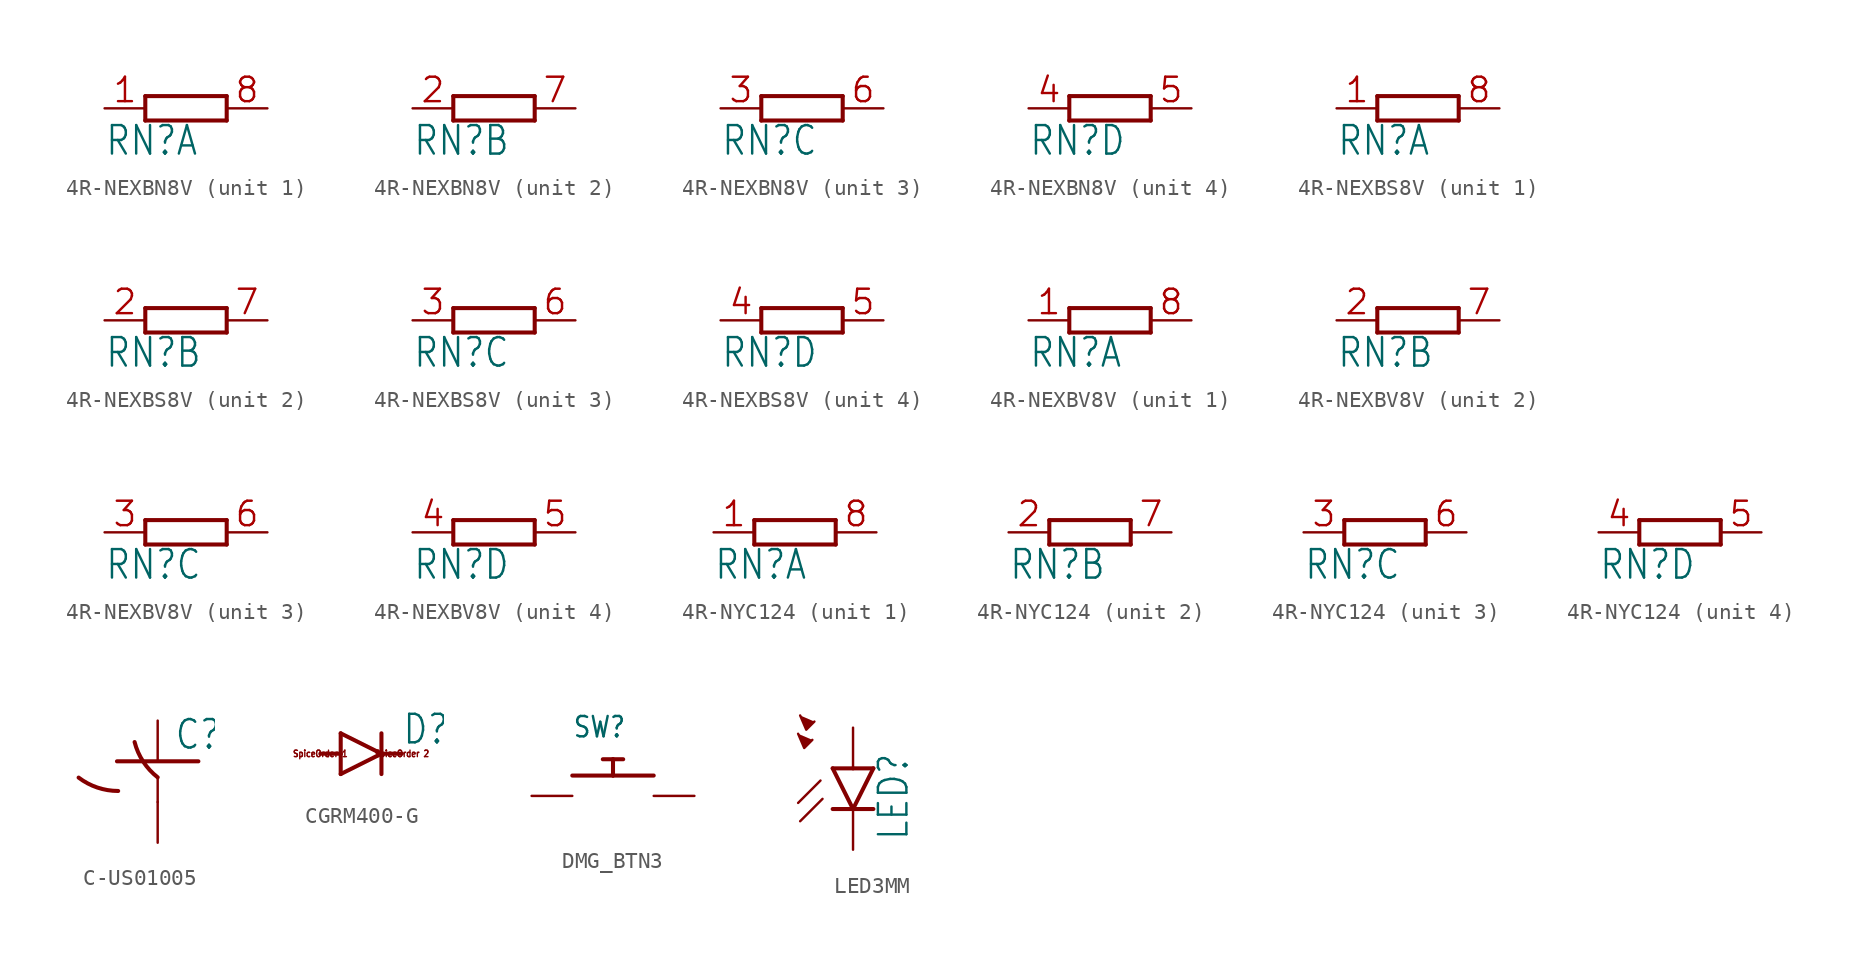
<source format=kicad_sym>
(kicad_symbol_lib
  (version 20241209)
  (generator "kicad_symbol_editor")
  (generator_version "9.0")
  (symbol "4R-NEXBN8V"
    (property "Reference" "RN"
      (at -5.08 -3.048 0)
      (effects (font (size 1.778 1.511)) (justify left bottom)))
    (property "Value" ""
      (at 2.54 -3.048 0)
      (effects (font (size 1.778 1.511)) (justify left bottom)))
    (property "ki_locked" ""
      (at 0 0 0)
      (effects (font (size 1.27 1.27))))
    (symbol "4R-NEXBN8V_1_0"
      (polyline (pts (xy -2.54 0.762) (xy -2.54 -0.762)) (stroke (width 0.254) (type solid)) (fill (type none)))
      (polyline (pts (xy -2.54 -0.762) (xy 2.54 -0.762)) (stroke (width 0.254) (type solid)) (fill (type none)))
      (polyline (pts (xy 2.54 0.762) (xy -2.54 0.762)) (stroke (width 0.254) (type solid)) (fill (type none)))
      (polyline (pts (xy 2.54 -0.762) (xy 2.54 0.762)) (stroke (width 0.254) (type solid)) (fill (type none)))
      (pin passive line (at -5.08 0 0) (length 2.54) (name "1" (effects (font (size 0 0)))) (number "1" (effects (font (size 1.524 1.524)))))
      (pin passive line (at 5.08 0 180) (length 2.54) (name "2" (effects (font (size 0 0)))) (number "8" (effects (font (size 1.524 1.524))))))
    (symbol "4R-NEXBN8V_2_0"
      (polyline (pts (xy -2.54 0.762) (xy -2.54 -0.762)) (stroke (width 0.254) (type solid)) (fill (type none)))
      (polyline (pts (xy -2.54 -0.762) (xy 2.54 -0.762)) (stroke (width 0.254) (type solid)) (fill (type none)))
      (polyline (pts (xy 2.54 0.762) (xy -2.54 0.762)) (stroke (width 0.254) (type solid)) (fill (type none)))
      (polyline (pts (xy 2.54 -0.762) (xy 2.54 0.762)) (stroke (width 0.254) (type solid)) (fill (type none)))
      (pin passive line (at -5.08 0 0) (length 2.54) (name "1" (effects (font (size 0 0)))) (number "2" (effects (font (size 1.524 1.524)))))
      (pin passive line (at 5.08 0 180) (length 2.54) (name "2" (effects (font (size 0 0)))) (number "7" (effects (font (size 1.524 1.524))))))
    (symbol "4R-NEXBN8V_3_0"
      (polyline (pts (xy -2.54 0.762) (xy -2.54 -0.762)) (stroke (width 0.254) (type solid)) (fill (type none)))
      (polyline (pts (xy -2.54 -0.762) (xy 2.54 -0.762)) (stroke (width 0.254) (type solid)) (fill (type none)))
      (polyline (pts (xy 2.54 0.762) (xy -2.54 0.762)) (stroke (width 0.254) (type solid)) (fill (type none)))
      (polyline (pts (xy 2.54 -0.762) (xy 2.54 0.762)) (stroke (width 0.254) (type solid)) (fill (type none)))
      (pin passive line (at -5.08 0 0) (length 2.54) (name "1" (effects (font (size 0 0)))) (number "3" (effects (font (size 1.524 1.524)))))
      (pin passive line (at 5.08 0 180) (length 2.54) (name "2" (effects (font (size 0 0)))) (number "6" (effects (font (size 1.524 1.524))))))
    (symbol "4R-NEXBN8V_4_0"
      (polyline (pts (xy -2.54 0.762) (xy -2.54 -0.762)) (stroke (width 0.254) (type solid)) (fill (type none)))
      (polyline (pts (xy -2.54 -0.762) (xy 2.54 -0.762)) (stroke (width 0.254) (type solid)) (fill (type none)))
      (polyline (pts (xy 2.54 0.762) (xy -2.54 0.762)) (stroke (width 0.254) (type solid)) (fill (type none)))
      (polyline (pts (xy 2.54 -0.762) (xy 2.54 0.762)) (stroke (width 0.254) (type solid)) (fill (type none)))
      (pin passive line (at -5.08 0 0) (length 2.54) (name "1" (effects (font (size 0 0)))) (number "4" (effects (font (size 1.524 1.524)))))
      (pin passive line (at 5.08 0 180) (length 2.54) (name "2" (effects (font (size 0 0)))) (number "5" (effects (font (size 1.524 1.524)))))))
  (symbol "4R-NEXBS8V"
    (property "Reference" "RN"
      (at -5.08 -3.048 0)
      (effects (font (size 1.778 1.511)) (justify left bottom)))
    (property "Value" ""
      (at 2.54 -3.048 0)
      (effects (font (size 1.778 1.511)) (justify left bottom)))
    (property "ki_locked" ""
      (at 0 0 0)
      (effects (font (size 1.27 1.27))))
    (symbol "4R-NEXBS8V_1_0"
      (polyline (pts (xy -2.54 0.762) (xy -2.54 -0.762)) (stroke (width 0.254) (type solid)) (fill (type none)))
      (polyline (pts (xy -2.54 -0.762) (xy 2.54 -0.762)) (stroke (width 0.254) (type solid)) (fill (type none)))
      (polyline (pts (xy 2.54 0.762) (xy -2.54 0.762)) (stroke (width 0.254) (type solid)) (fill (type none)))
      (polyline (pts (xy 2.54 -0.762) (xy 2.54 0.762)) (stroke (width 0.254) (type solid)) (fill (type none)))
      (pin passive line (at -5.08 0 0) (length 2.54) (name "1" (effects (font (size 0 0)))) (number "1" (effects (font (size 1.524 1.524)))))
      (pin passive line (at 5.08 0 180) (length 2.54) (name "2" (effects (font (size 0 0)))) (number "8" (effects (font (size 1.524 1.524))))))
    (symbol "4R-NEXBS8V_2_0"
      (polyline (pts (xy -2.54 0.762) (xy -2.54 -0.762)) (stroke (width 0.254) (type solid)) (fill (type none)))
      (polyline (pts (xy -2.54 -0.762) (xy 2.54 -0.762)) (stroke (width 0.254) (type solid)) (fill (type none)))
      (polyline (pts (xy 2.54 0.762) (xy -2.54 0.762)) (stroke (width 0.254) (type solid)) (fill (type none)))
      (polyline (pts (xy 2.54 -0.762) (xy 2.54 0.762)) (stroke (width 0.254) (type solid)) (fill (type none)))
      (pin passive line (at -5.08 0 0) (length 2.54) (name "1" (effects (font (size 0 0)))) (number "2" (effects (font (size 1.524 1.524)))))
      (pin passive line (at 5.08 0 180) (length 2.54) (name "2" (effects (font (size 0 0)))) (number "7" (effects (font (size 1.524 1.524))))))
    (symbol "4R-NEXBS8V_3_0"
      (polyline (pts (xy -2.54 0.762) (xy -2.54 -0.762)) (stroke (width 0.254) (type solid)) (fill (type none)))
      (polyline (pts (xy -2.54 -0.762) (xy 2.54 -0.762)) (stroke (width 0.254) (type solid)) (fill (type none)))
      (polyline (pts (xy 2.54 0.762) (xy -2.54 0.762)) (stroke (width 0.254) (type solid)) (fill (type none)))
      (polyline (pts (xy 2.54 -0.762) (xy 2.54 0.762)) (stroke (width 0.254) (type solid)) (fill (type none)))
      (pin passive line (at -5.08 0 0) (length 2.54) (name "1" (effects (font (size 0 0)))) (number "3" (effects (font (size 1.524 1.524)))))
      (pin passive line (at 5.08 0 180) (length 2.54) (name "2" (effects (font (size 0 0)))) (number "6" (effects (font (size 1.524 1.524))))))
    (symbol "4R-NEXBS8V_4_0"
      (polyline (pts (xy -2.54 0.762) (xy -2.54 -0.762)) (stroke (width 0.254) (type solid)) (fill (type none)))
      (polyline (pts (xy -2.54 -0.762) (xy 2.54 -0.762)) (stroke (width 0.254) (type solid)) (fill (type none)))
      (polyline (pts (xy 2.54 0.762) (xy -2.54 0.762)) (stroke (width 0.254) (type solid)) (fill (type none)))
      (polyline (pts (xy 2.54 -0.762) (xy 2.54 0.762)) (stroke (width 0.254) (type solid)) (fill (type none)))
      (pin passive line (at -5.08 0 0) (length 2.54) (name "1" (effects (font (size 0 0)))) (number "4" (effects (font (size 1.524 1.524)))))
      (pin passive line (at 5.08 0 180) (length 2.54) (name "2" (effects (font (size 0 0)))) (number "5" (effects (font (size 1.524 1.524)))))))
  (symbol "4R-NEXBV8V"
    (property "Reference" "RN"
      (at -5.08 -3.048 0)
      (effects (font (size 1.778 1.511)) (justify left bottom)))
    (property "Value" ""
      (at 2.54 -3.048 0)
      (effects (font (size 1.778 1.511)) (justify left bottom)))
    (property "ki_locked" ""
      (at 0 0 0)
      (effects (font (size 1.27 1.27))))
    (symbol "4R-NEXBV8V_1_0"
      (polyline (pts (xy -2.54 0.762) (xy -2.54 -0.762)) (stroke (width 0.254) (type solid)) (fill (type none)))
      (polyline (pts (xy -2.54 -0.762) (xy 2.54 -0.762)) (stroke (width 0.254) (type solid)) (fill (type none)))
      (polyline (pts (xy 2.54 0.762) (xy -2.54 0.762)) (stroke (width 0.254) (type solid)) (fill (type none)))
      (polyline (pts (xy 2.54 -0.762) (xy 2.54 0.762)) (stroke (width 0.254) (type solid)) (fill (type none)))
      (pin passive line (at -5.08 0 0) (length 2.54) (name "1" (effects (font (size 0 0)))) (number "1" (effects (font (size 1.524 1.524)))))
      (pin passive line (at 5.08 0 180) (length 2.54) (name "2" (effects (font (size 0 0)))) (number "8" (effects (font (size 1.524 1.524))))))
    (symbol "4R-NEXBV8V_2_0"
      (polyline (pts (xy -2.54 0.762) (xy -2.54 -0.762)) (stroke (width 0.254) (type solid)) (fill (type none)))
      (polyline (pts (xy -2.54 -0.762) (xy 2.54 -0.762)) (stroke (width 0.254) (type solid)) (fill (type none)))
      (polyline (pts (xy 2.54 0.762) (xy -2.54 0.762)) (stroke (width 0.254) (type solid)) (fill (type none)))
      (polyline (pts (xy 2.54 -0.762) (xy 2.54 0.762)) (stroke (width 0.254) (type solid)) (fill (type none)))
      (pin passive line (at -5.08 0 0) (length 2.54) (name "1" (effects (font (size 0 0)))) (number "2" (effects (font (size 1.524 1.524)))))
      (pin passive line (at 5.08 0 180) (length 2.54) (name "2" (effects (font (size 0 0)))) (number "7" (effects (font (size 1.524 1.524))))))
    (symbol "4R-NEXBV8V_3_0"
      (polyline (pts (xy -2.54 0.762) (xy -2.54 -0.762)) (stroke (width 0.254) (type solid)) (fill (type none)))
      (polyline (pts (xy -2.54 -0.762) (xy 2.54 -0.762)) (stroke (width 0.254) (type solid)) (fill (type none)))
      (polyline (pts (xy 2.54 0.762) (xy -2.54 0.762)) (stroke (width 0.254) (type solid)) (fill (type none)))
      (polyline (pts (xy 2.54 -0.762) (xy 2.54 0.762)) (stroke (width 0.254) (type solid)) (fill (type none)))
      (pin passive line (at -5.08 0 0) (length 2.54) (name "1" (effects (font (size 0 0)))) (number "3" (effects (font (size 1.524 1.524)))))
      (pin passive line (at 5.08 0 180) (length 2.54) (name "2" (effects (font (size 0 0)))) (number "6" (effects (font (size 1.524 1.524))))))
    (symbol "4R-NEXBV8V_4_0"
      (polyline (pts (xy -2.54 0.762) (xy -2.54 -0.762)) (stroke (width 0.254) (type solid)) (fill (type none)))
      (polyline (pts (xy -2.54 -0.762) (xy 2.54 -0.762)) (stroke (width 0.254) (type solid)) (fill (type none)))
      (polyline (pts (xy 2.54 0.762) (xy -2.54 0.762)) (stroke (width 0.254) (type solid)) (fill (type none)))
      (polyline (pts (xy 2.54 -0.762) (xy 2.54 0.762)) (stroke (width 0.254) (type solid)) (fill (type none)))
      (pin passive line (at -5.08 0 0) (length 2.54) (name "1" (effects (font (size 0 0)))) (number "4" (effects (font (size 1.524 1.524)))))
      (pin passive line (at 5.08 0 180) (length 2.54) (name "2" (effects (font (size 0 0)))) (number "5" (effects (font (size 1.524 1.524)))))))
  (symbol "4R-NYC124"
    (property "Reference" "RN"
      (at -5.08 -3.048 0)
      (effects (font (size 1.778 1.511)) (justify left bottom)))
    (property "Value" ""
      (at 2.54 -3.048 0)
      (effects (font (size 1.778 1.511)) (justify left bottom)))
    (property "ki_locked" ""
      (at 0 0 0)
      (effects (font (size 1.27 1.27))))
    (symbol "4R-NYC124_1_0"
      (polyline (pts (xy -2.54 0.762) (xy -2.54 -0.762)) (stroke (width 0.254) (type solid)) (fill (type none)))
      (polyline (pts (xy -2.54 -0.762) (xy 2.54 -0.762)) (stroke (width 0.254) (type solid)) (fill (type none)))
      (polyline (pts (xy 2.54 0.762) (xy -2.54 0.762)) (stroke (width 0.254) (type solid)) (fill (type none)))
      (polyline (pts (xy 2.54 -0.762) (xy 2.54 0.762)) (stroke (width 0.254) (type solid)) (fill (type none)))
      (pin passive line (at -5.08 0 0) (length 2.54) (name "1" (effects (font (size 0 0)))) (number "1" (effects (font (size 1.524 1.524)))))
      (pin passive line (at 5.08 0 180) (length 2.54) (name "2" (effects (font (size 0 0)))) (number "8" (effects (font (size 1.524 1.524))))))
    (symbol "4R-NYC124_2_0"
      (polyline (pts (xy -2.54 0.762) (xy -2.54 -0.762)) (stroke (width 0.254) (type solid)) (fill (type none)))
      (polyline (pts (xy -2.54 -0.762) (xy 2.54 -0.762)) (stroke (width 0.254) (type solid)) (fill (type none)))
      (polyline (pts (xy 2.54 0.762) (xy -2.54 0.762)) (stroke (width 0.254) (type solid)) (fill (type none)))
      (polyline (pts (xy 2.54 -0.762) (xy 2.54 0.762)) (stroke (width 0.254) (type solid)) (fill (type none)))
      (pin passive line (at -5.08 0 0) (length 2.54) (name "1" (effects (font (size 0 0)))) (number "2" (effects (font (size 1.524 1.524)))))
      (pin passive line (at 5.08 0 180) (length 2.54) (name "2" (effects (font (size 0 0)))) (number "7" (effects (font (size 1.524 1.524))))))
    (symbol "4R-NYC124_3_0"
      (polyline (pts (xy -2.54 0.762) (xy -2.54 -0.762)) (stroke (width 0.254) (type solid)) (fill (type none)))
      (polyline (pts (xy -2.54 -0.762) (xy 2.54 -0.762)) (stroke (width 0.254) (type solid)) (fill (type none)))
      (polyline (pts (xy 2.54 0.762) (xy -2.54 0.762)) (stroke (width 0.254) (type solid)) (fill (type none)))
      (polyline (pts (xy 2.54 -0.762) (xy 2.54 0.762)) (stroke (width 0.254) (type solid)) (fill (type none)))
      (pin passive line (at -5.08 0 0) (length 2.54) (name "1" (effects (font (size 0 0)))) (number "3" (effects (font (size 1.524 1.524)))))
      (pin passive line (at 5.08 0 180) (length 2.54) (name "2" (effects (font (size 0 0)))) (number "6" (effects (font (size 1.524 1.524))))))
    (symbol "4R-NYC124_4_0"
      (polyline (pts (xy -2.54 0.762) (xy -2.54 -0.762)) (stroke (width 0.254) (type solid)) (fill (type none)))
      (polyline (pts (xy -2.54 -0.762) (xy 2.54 -0.762)) (stroke (width 0.254) (type solid)) (fill (type none)))
      (polyline (pts (xy 2.54 0.762) (xy -2.54 0.762)) (stroke (width 0.254) (type solid)) (fill (type none)))
      (polyline (pts (xy 2.54 -0.762) (xy 2.54 0.762)) (stroke (width 0.254) (type solid)) (fill (type none)))
      (pin passive line (at -5.08 0 0) (length 2.54) (name "1" (effects (font (size 0 0)))) (number "4" (effects (font (size 1.524 1.524)))))
      (pin passive line (at 5.08 0 180) (length 2.54) (name "2" (effects (font (size 0 0)))) (number "5" (effects (font (size 1.524 1.524)))))))
  (symbol "C-US01005"
    (property "Reference" "C"
      (at 1.016 0.635 0)
      (effects (font (size 1.778 1.511)) (justify left bottom)))
    (property "Value" ""
      (at 1.016 -4.191 0)
      (effects (font (size 1.778 1.511)) (justify left bottom)))
    (property "ki_locked" ""
      (at 0 0 0)
      (effects (font (size 1.27 1.27))))
    (symbol "C-US01005_1_0"
      (polyline (pts (xy -2.54 0) (xy 2.54 0)) (stroke (width 0.254) (type solid)) (fill (type none)))
      (arc (start -2.4668 -1.8504) (mid -3.7688 -1.6361) (end -4.9335 -1.016) (stroke (width 0.254) (type solid)) (fill (type none)))
      (polyline (pts (xy 0 -1.016) (xy 0 -2.54)) (stroke (width 0.152) (type solid)) (fill (type none)))
      (arc (start 0 -1) (mid -0.9038 -0.0189) (end -1.4403 1.2025) (stroke (width 0.254) (type solid)) (fill (type none)))
      (pin passive line (at 0 2.54 270) (length 2.54) (name "1" (effects (font (size 0 0)))) (number "1" (effects (font (size 0 0)))))
      (pin passive line (at 0 -5.08 90) (length 2.54) (name "2" (effects (font (size 0 0)))) (number "2" (effects (font (size 0 0)))))))
  (symbol "CGRM400-G"
    (property "Reference" "D"
      (at 2.54 0.483 0)
      (effects (font (size 1.778 1.511)) (justify left bottom)))
    (property "Value" ""
      (at 2.54 -2.311 0)
      (effects (font (size 1.778 1.511)) (justify left bottom)))
    (property "ki_locked" ""
      (at 0 0 0)
      (effects (font (size 1.27 1.27))))
    (symbol "CGRM400-G_1_0"
      (polyline (pts (xy -1.27 1.27) (xy -1.27 0)) (stroke (width 0.254) (type solid)) (fill (type none)))
      (polyline (pts (xy -1.27 0) (xy -2.54 0)) (stroke (width 0.254) (type solid)) (fill (type none)))
      (polyline (pts (xy -1.27 0) (xy -1.27 -1.27)) (stroke (width 0.254) (type solid)) (fill (type none)))
      (polyline (pts (xy -1.27 -1.27) (xy 1.27 0)) (stroke (width 0.254) (type solid)) (fill (type none)))
      (polyline (pts (xy 1.27 1.27) (xy 1.27 0)) (stroke (width 0.254) (type solid)) (fill (type none)))
      (polyline (pts (xy 1.27 0) (xy -1.27 1.27)) (stroke (width 0.254) (type solid)) (fill (type none)))
      (polyline (pts (xy 1.27 0) (xy 1.27 -1.27)) (stroke (width 0.254) (type solid)) (fill (type none)))
      (polyline (pts (xy 2.54 0) (xy 1.27 0)) (stroke (width 0.254) (type solid)) (fill (type none)))
      (text "SpiceOrder 1" (at -2.54 0 0) (effects (font (size 0.406 0.345))))
      (text "SpiceOrder 2" (at 2.54 0 0) (effects (font (size 0.406 0.345))))
      (pin passive line (at -2.54 0 0) (length 0) (name "A" (effects (font (size 0 0)))) (number "A" (effects (font (size 0 0)))))
      (pin passive line (at 2.54 0 180) (length 0) (name "C" (effects (font (size 0 0)))) (number "C" (effects (font (size 0 0)))))))
  (symbol "DMG_BTN3"
    (property "Reference" "SW"
      (at -2.54 3.556 0)
      (effects (font (size 1.27 1.079)) (justify left bottom)))
    (property "Value" ""
      (at -2.54 -2.286 0)
      (effects (font (size 1.27 1.079)) (justify left bottom)))
    (property "ki_locked" ""
      (at 0 0 0)
      (effects (font (size 1.27 1.27))))
    (symbol "DMG_BTN3_1_0"
      (polyline (pts (xy -2.54 1.27) (xy 0 1.27)) (stroke (width 0.254) (type solid)) (fill (type none)))
      (polyline (pts (xy -0.635 2.286) (xy 0 2.286)) (stroke (width 0.254) (type solid)) (fill (type none)))
      (polyline (pts (xy 0 2.286) (xy 0.635 2.286)) (stroke (width 0.254) (type solid)) (fill (type none)))
      (polyline (pts (xy 0 1.27) (xy 0 2.286)) (stroke (width 0.254) (type solid)) (fill (type none)))
      (polyline (pts (xy 0 1.27) (xy 2.54 1.27)) (stroke (width 0.254) (type solid)) (fill (type none)))
      (pin passive line (at -5.08 0 0) (length 2.54) (name "P$1" (effects (font (size 0 0)))) (number "P$1" (effects (font (size 0 0)))))
      (pin passive line (at 5.08 0 180) (length 2.54) (name "P$2" (effects (font (size 0 0)))) (number "P$2" (effects (font (size 0 0)))))))
  (symbol "LED3MM"
    (property "Reference" "LED"
      (at 3.556 -4.572 90)
      (effects (font (size 1.778 1.511)) (justify left bottom)))
    (property "Value" ""
      (at 5.715 -4.572 90)
      (effects (font (size 1.778 1.511)) (justify left bottom)))
    (property "ki_locked" ""
      (at 0 0 0)
      (effects (font (size 1.27 1.27))))
    (symbol "LED3MM_1_0"
      (polyline (pts (xy -3.429 2.159) (xy -3.048 1.27) (xy -2.54 1.778)) (stroke (width 0.152) (type solid)) (fill (type outline)))
      (polyline (pts (xy -3.302 3.302) (xy -2.921 2.413) (xy -2.413 2.921)) (stroke (width 0.152) (type solid)) (fill (type outline)))
      (polyline (pts (xy -2.032 -0.762) (xy -3.429 -2.159)) (stroke (width 0.152) (type solid)) (fill (type none)))
      (polyline (pts (xy -1.905 -1.905) (xy -3.302 -3.302)) (stroke (width 0.152) (type solid)) (fill (type none)))
      (polyline (pts (xy 0 0) (xy -1.27 0)) (stroke (width 0.254) (type solid)) (fill (type none)))
      (polyline (pts (xy 0 -2.54) (xy -1.27 0)) (stroke (width 0.254) (type solid)) (fill (type none)))
      (polyline (pts (xy 0 -2.54) (xy -1.27 -2.54)) (stroke (width 0.254) (type solid)) (fill (type none)))
      (polyline (pts (xy 1.27 0) (xy 0 0)) (stroke (width 0.254) (type solid)) (fill (type none)))
      (polyline (pts (xy 1.27 0) (xy 0 -2.54)) (stroke (width 0.254) (type solid)) (fill (type none)))
      (polyline (pts (xy 1.27 -2.54) (xy 0 -2.54)) (stroke (width 0.254) (type solid)) (fill (type none)))
      (pin passive line (at 0 2.54 270) (length 2.54) (name "A" (effects (font (size 0 0)))) (number "A" (effects (font (size 0 0)))))
      (pin passive line (at 0 -5.08 90) (length 2.54) (name "C" (effects (font (size 0 0)))) (number "K" (effects (font (size 0 0))))))))
</source>
